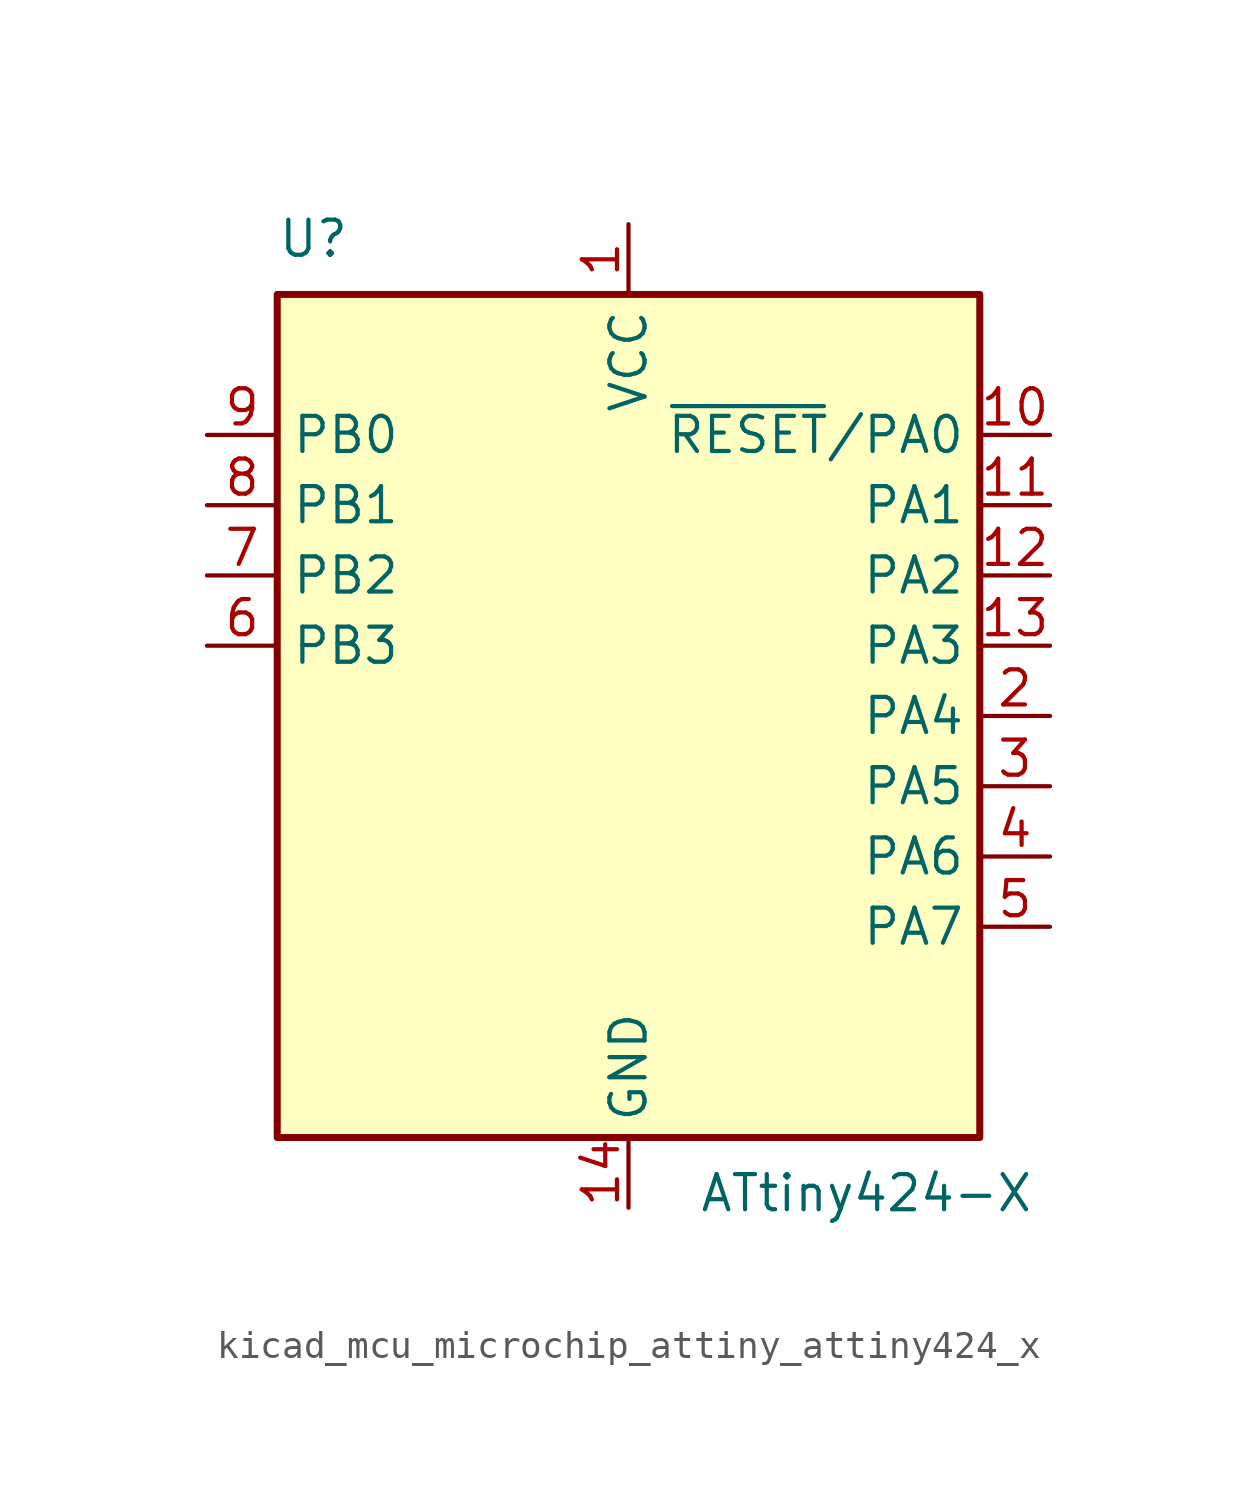
<source format=kicad_sym>
(kicad_symbol_lib
  (version 20220914)
  (generator kicad_symbol_editor)
  (symbol "kicad_mcu_microchip_attiny_attiny424_x"
    (property "Reference" "U"
      (at -12.7 16.51 0)
      (effects (font (size 1.27 1.27)) (justify left bottom)))
    (property "Value" "ATtiny424-X"
      (at 2.54 -16.51 0)
      (effects (font (size 1.27 1.27)) (justify left top)))
    (symbol "kicad_mcu_microchip_attiny_attiny424_x_0_1"
      (rectangle (start -12.7 -15.24) (end 12.7 15.24) (stroke (width 0.254) (type default)) (fill (type background))))
    (symbol "kicad_mcu_microchip_attiny_attiny424_x_1_1"
      (pin power_in line (at 0 17.78 270) (length 2.54) (name "VCC" (effects (font (size 1.27 1.27)))) (number "1" (effects (font (size 1.27 1.27)))))
      (pin bidirectional line (at 15.24 10.16 180) (length 2.54) (name "~{RESET}/PA0" (effects (font (size 1.27 1.27)))) (number "10" (effects (font (size 1.27 1.27)))))
      (pin bidirectional line (at 15.24 7.62 180) (length 2.54) (name "PA1" (effects (font (size 1.27 1.27)))) (number "11" (effects (font (size 1.27 1.27)))))
      (pin bidirectional line (at 15.24 5.08 180) (length 2.54) (name "PA2" (effects (font (size 1.27 1.27)))) (number "12" (effects (font (size 1.27 1.27)))))
      (pin bidirectional line (at 15.24 2.54 180) (length 2.54) (name "PA3" (effects (font (size 1.27 1.27)))) (number "13" (effects (font (size 1.27 1.27)))))
      (pin power_in line (at 0 -17.78 90) (length 2.54) (name "GND" (effects (font (size 1.27 1.27)))) (number "14" (effects (font (size 1.27 1.27)))))
      (pin bidirectional line (at 15.24 0 180) (length 2.54) (name "PA4" (effects (font (size 1.27 1.27)))) (number "2" (effects (font (size 1.27 1.27)))))
      (pin bidirectional line (at 15.24 -2.54 180) (length 2.54) (name "PA5" (effects (font (size 1.27 1.27)))) (number "3" (effects (font (size 1.27 1.27)))))
      (pin bidirectional line (at 15.24 -5.08 180) (length 2.54) (name "PA6" (effects (font (size 1.27 1.27)))) (number "4" (effects (font (size 1.27 1.27)))))
      (pin bidirectional line (at 15.24 -7.62 180) (length 2.54) (name "PA7" (effects (font (size 1.27 1.27)))) (number "5" (effects (font (size 1.27 1.27)))))
      (pin bidirectional line (at -15.24 2.54 0) (length 2.54) (name "PB3" (effects (font (size 1.27 1.27)))) (number "6" (effects (font (size 1.27 1.27)))))
      (pin bidirectional line (at -15.24 5.08 0) (length 2.54) (name "PB2" (effects (font (size 1.27 1.27)))) (number "7" (effects (font (size 1.27 1.27)))))
      (pin bidirectional line (at -15.24 7.62 0) (length 2.54) (name "PB1" (effects (font (size 1.27 1.27)))) (number "8" (effects (font (size 1.27 1.27)))))
      (pin bidirectional line (at -15.24 10.16 0) (length 2.54) (name "PB0" (effects (font (size 1.27 1.27)))) (number "9" (effects (font (size 1.27 1.27))))))))
</source>
